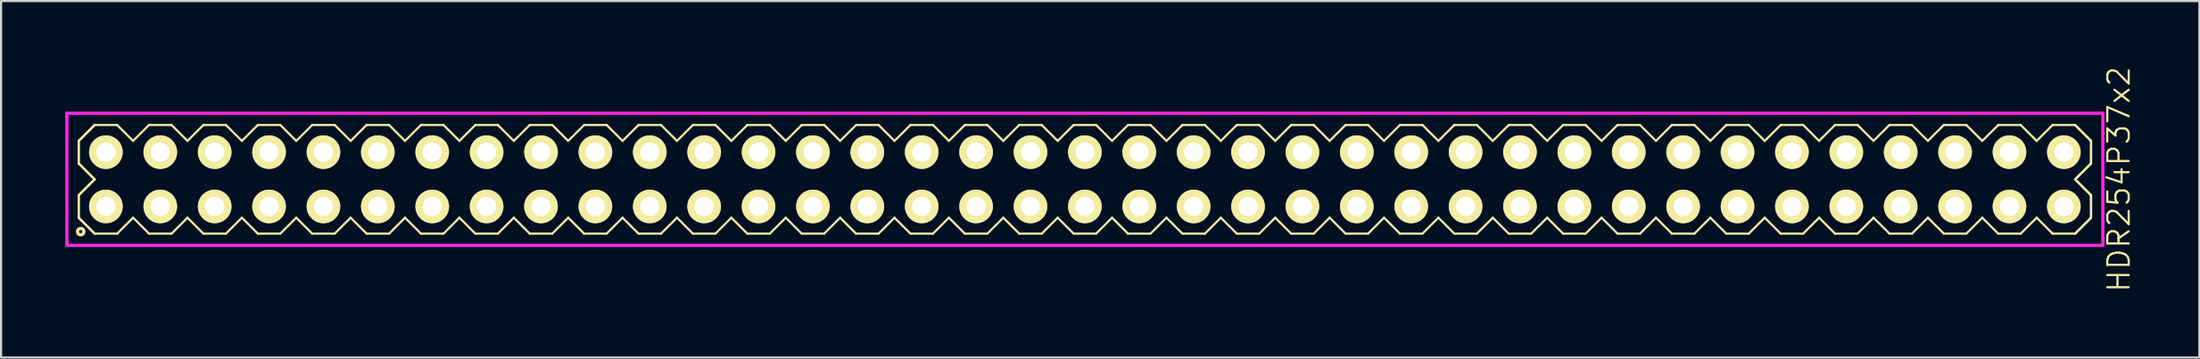
<source format=kicad_pcb>
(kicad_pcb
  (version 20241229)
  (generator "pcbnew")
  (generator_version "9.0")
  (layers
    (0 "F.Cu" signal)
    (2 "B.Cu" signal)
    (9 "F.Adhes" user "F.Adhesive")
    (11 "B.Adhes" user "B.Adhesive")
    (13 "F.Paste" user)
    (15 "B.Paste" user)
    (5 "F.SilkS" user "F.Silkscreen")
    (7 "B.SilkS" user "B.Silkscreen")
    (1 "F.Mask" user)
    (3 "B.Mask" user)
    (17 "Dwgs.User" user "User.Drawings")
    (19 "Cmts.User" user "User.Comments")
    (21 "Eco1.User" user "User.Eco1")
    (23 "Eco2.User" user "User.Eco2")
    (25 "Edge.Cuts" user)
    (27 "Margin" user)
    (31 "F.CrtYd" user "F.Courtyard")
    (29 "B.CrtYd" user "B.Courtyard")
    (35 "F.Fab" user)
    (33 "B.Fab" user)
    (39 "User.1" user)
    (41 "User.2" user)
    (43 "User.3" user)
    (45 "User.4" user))
  (footprint "HDR254P37x2"
    (layer "F.Cu")
    (at 47.615 5.336)
    (property "Reference" "HDR254P37x2" (at 48.29 0 90) (layer "F.SilkS") (effects (font (size 1 1) (thickness 0.1))))
    (attr through_hole)
    (fp_line (start -46.99 -1.796) (end -46.246 -2.54) (stroke (width 0.1) (type solid)) (layer "F.SilkS"))
    (fp_line (start -46.99 -1.796) (end -46.246 -2.54) (stroke (width 0.1) (type solid)) (layer "F.SilkS"))
    (fp_line (start -46.99 -0.744) (end -46.99 -1.796) (stroke (width 0.1) (type solid)) (layer "F.SilkS"))
    (fp_line (start -46.99 -0.744) (end -46.99 -1.796) (stroke (width 0.1) (type solid)) (layer "F.SilkS"))
    (fp_line (start -46.99 0.744) (end -46.246 0) (stroke (width 0.1) (type solid)) (layer "F.SilkS"))
    (fp_line (start -46.99 0.744) (end -46.246 0) (stroke (width 0.1) (type solid)) (layer "F.SilkS"))
    (fp_line (start -46.99 1.796) (end -46.99 0.744) (stroke (width 0.1) (type solid)) (layer "F.SilkS"))
    (fp_line (start -46.99 1.796) (end -46.99 0.744) (stroke (width 0.1) (type solid)) (layer "F.SilkS"))
    (fp_line (start -46.246 -2.54) (end -45.194 -2.54) (stroke (width 0.1) (type solid)) (layer "F.SilkS"))
    (fp_line (start -46.246 0) (end -46.99 -0.744) (stroke (width 0.1) (type solid)) (layer "F.SilkS"))
    (fp_line (start -46.246 0) (end -46.99 -0.744) (stroke (width 0.1) (type solid)) (layer "F.SilkS"))
    (fp_line (start -46.246 2.54) (end -46.99 1.796) (stroke (width 0.1) (type solid)) (layer "F.SilkS"))
    (fp_line (start -46.246 2.54) (end -46.99 1.796) (stroke (width 0.1) (type solid)) (layer "F.SilkS"))
    (fp_line (start -45.194 -2.54) (end -44.45 -1.796) (stroke (width 0.1) (type solid)) (layer "F.SilkS"))
    (fp_line (start -45.194 2.54) (end -46.246 2.54) (stroke (width 0.1) (type solid)) (layer "F.SilkS"))
    (fp_line (start -44.45 -1.796) (end -43.706 -2.54) (stroke (width 0.1) (type solid)) (layer "F.SilkS"))
    (fp_line (start -44.45 1.796) (end -45.194 2.54) (stroke (width 0.1) (type solid)) (layer "F.SilkS"))
    (fp_line (start -43.706 -2.54) (end -42.654 -2.54) (stroke (width 0.1) (type solid)) (layer "F.SilkS"))
    (fp_line (start -43.706 2.54) (end -44.45 1.796) (stroke (width 0.1) (type solid)) (layer "F.SilkS"))
    (fp_line (start -42.654 -2.54) (end -41.91 -1.796) (stroke (width 0.1) (type solid)) (layer "F.SilkS"))
    (fp_line (start -42.654 2.54) (end -43.706 2.54) (stroke (width 0.1) (type solid)) (layer "F.SilkS"))
    (fp_line (start -41.91 -1.796) (end -41.166 -2.54) (stroke (width 0.1) (type solid)) (layer "F.SilkS"))
    (fp_line (start -41.91 1.796) (end -42.654 2.54) (stroke (width 0.1) (type solid)) (layer "F.SilkS"))
    (fp_line (start -41.166 -2.54) (end -40.114 -2.54) (stroke (width 0.1) (type solid)) (layer "F.SilkS"))
    (fp_line (start -41.166 2.54) (end -41.91 1.796) (stroke (width 0.1) (type solid)) (layer "F.SilkS"))
    (fp_line (start -40.114 -2.54) (end -39.37 -1.796) (stroke (width 0.1) (type solid)) (layer "F.SilkS"))
    (fp_line (start -40.114 2.54) (end -41.166 2.54) (stroke (width 0.1) (type solid)) (layer "F.SilkS"))
    (fp_line (start -39.37 -1.796) (end -38.626 -2.54) (stroke (width 0.1) (type solid)) (layer "F.SilkS"))
    (fp_line (start -39.37 1.796) (end -40.114 2.54) (stroke (width 0.1) (type solid)) (layer "F.SilkS"))
    (fp_line (start -38.626 -2.54) (end -37.574 -2.54) (stroke (width 0.1) (type solid)) (layer "F.SilkS"))
    (fp_line (start -38.626 2.54) (end -39.37 1.796) (stroke (width 0.1) (type solid)) (layer "F.SilkS"))
    (fp_line (start -37.574 -2.54) (end -36.83 -1.796) (stroke (width 0.1) (type solid)) (layer "F.SilkS"))
    (fp_line (start -37.574 2.54) (end -38.626 2.54) (stroke (width 0.1) (type solid)) (layer "F.SilkS"))
    (fp_line (start -36.83 -1.796) (end -36.086 -2.54) (stroke (width 0.1) (type solid)) (layer "F.SilkS"))
    (fp_line (start -36.83 1.796) (end -37.574 2.54) (stroke (width 0.1) (type solid)) (layer "F.SilkS"))
    (fp_line (start -36.086 -2.54) (end -35.034 -2.54) (stroke (width 0.1) (type solid)) (layer "F.SilkS"))
    (fp_line (start -36.086 2.54) (end -36.83 1.796) (stroke (width 0.1) (type solid)) (layer "F.SilkS"))
    (fp_line (start -35.034 -2.54) (end -34.29 -1.796) (stroke (width 0.1) (type solid)) (layer "F.SilkS"))
    (fp_line (start -35.034 2.54) (end -36.086 2.54) (stroke (width 0.1) (type solid)) (layer "F.SilkS"))
    (fp_line (start -34.29 -1.796) (end -33.546 -2.54) (stroke (width 0.1) (type solid)) (layer "F.SilkS"))
    (fp_line (start -34.29 1.796) (end -35.034 2.54) (stroke (width 0.1) (type solid)) (layer "F.SilkS"))
    (fp_line (start -33.546 -2.54) (end -32.494 -2.54) (stroke (width 0.1) (type solid)) (layer "F.SilkS"))
    (fp_line (start -33.546 2.54) (end -34.29 1.796) (stroke (width 0.1) (type solid)) (layer "F.SilkS"))
    (fp_line (start -32.494 -2.54) (end -31.75 -1.796) (stroke (width 0.1) (type solid)) (layer "F.SilkS"))
    (fp_line (start -32.494 2.54) (end -33.546 2.54) (stroke (width 0.1) (type solid)) (layer "F.SilkS"))
    (fp_line (start -31.75 -1.796) (end -31.006 -2.54) (stroke (width 0.1) (type solid)) (layer "F.SilkS"))
    (fp_line (start -31.75 1.796) (end -32.494 2.54) (stroke (width 0.1) (type solid)) (layer "F.SilkS"))
    (fp_line (start -31.006 -2.54) (end -29.954 -2.54) (stroke (width 0.1) (type solid)) (layer "F.SilkS"))
    (fp_line (start -31.006 2.54) (end -31.75 1.796) (stroke (width 0.1) (type solid)) (layer "F.SilkS"))
    (fp_line (start -29.954 -2.54) (end -29.21 -1.796) (stroke (width 0.1) (type solid)) (layer "F.SilkS"))
    (fp_line (start -29.954 2.54) (end -31.006 2.54) (stroke (width 0.1) (type solid)) (layer "F.SilkS"))
    (fp_line (start -29.21 -1.796) (end -28.466 -2.54) (stroke (width 0.1) (type solid)) (layer "F.SilkS"))
    (fp_line (start -29.21 1.796) (end -29.954 2.54) (stroke (width 0.1) (type solid)) (layer "F.SilkS"))
    (fp_line (start -28.466 -2.54) (end -27.414 -2.54) (stroke (width 0.1) (type solid)) (layer "F.SilkS"))
    (fp_line (start -28.466 2.54) (end -29.21 1.796) (stroke (width 0.1) (type solid)) (layer "F.SilkS"))
    (fp_line (start -27.414 -2.54) (end -26.67 -1.796) (stroke (width 0.1) (type solid)) (layer "F.SilkS"))
    (fp_line (start -27.414 2.54) (end -28.466 2.54) (stroke (width 0.1) (type solid)) (layer "F.SilkS"))
    (fp_line (start -26.67 -1.796) (end -25.926 -2.54) (stroke (width 0.1) (type solid)) (layer "F.SilkS"))
    (fp_line (start -26.67 1.796) (end -27.414 2.54) (stroke (width 0.1) (type solid)) (layer "F.SilkS"))
    (fp_line (start -25.926 -2.54) (end -24.874 -2.54) (stroke (width 0.1) (type solid)) (layer "F.SilkS"))
    (fp_line (start -25.926 2.54) (end -26.67 1.796) (stroke (width 0.1) (type solid)) (layer "F.SilkS"))
    (fp_line (start -24.874 -2.54) (end -24.13 -1.796) (stroke (width 0.1) (type solid)) (layer "F.SilkS"))
    (fp_line (start -24.874 2.54) (end -25.926 2.54) (stroke (width 0.1) (type solid)) (layer "F.SilkS"))
    (fp_line (start -24.13 -1.796) (end -23.386 -2.54) (stroke (width 0.1) (type solid)) (layer "F.SilkS"))
    (fp_line (start -24.13 1.796) (end -24.874 2.54) (stroke (width 0.1) (type solid)) (layer "F.SilkS"))
    (fp_line (start -23.386 -2.54) (end -22.334 -2.54) (stroke (width 0.1) (type solid)) (layer "F.SilkS"))
    (fp_line (start -23.386 2.54) (end -24.13 1.796) (stroke (width 0.1) (type solid)) (layer "F.SilkS"))
    (fp_line (start -22.334 -2.54) (end -21.59 -1.796) (stroke (width 0.1) (type solid)) (layer "F.SilkS"))
    (fp_line (start -22.334 2.54) (end -23.386 2.54) (stroke (width 0.1) (type solid)) (layer "F.SilkS"))
    (fp_line (start -21.59 -1.796) (end -20.846 -2.54) (stroke (width 0.1) (type solid)) (layer "F.SilkS"))
    (fp_line (start -21.59 1.796) (end -22.334 2.54) (stroke (width 0.1) (type solid)) (layer "F.SilkS"))
    (fp_line (start -20.846 -2.54) (end -19.794 -2.54) (stroke (width 0.1) (type solid)) (layer "F.SilkS"))
    (fp_line (start -20.846 2.54) (end -21.59 1.796) (stroke (width 0.1) (type solid)) (layer "F.SilkS"))
    (fp_line (start -19.794 -2.54) (end -19.05 -1.796) (stroke (width 0.1) (type solid)) (layer "F.SilkS"))
    (fp_line (start -19.794 2.54) (end -20.846 2.54) (stroke (width 0.1) (type solid)) (layer "F.SilkS"))
    (fp_line (start -19.05 -1.796) (end -18.306 -2.54) (stroke (width 0.1) (type solid)) (layer "F.SilkS"))
    (fp_line (start -19.05 1.796) (end -19.794 2.54) (stroke (width 0.1) (type solid)) (layer "F.SilkS"))
    (fp_line (start -18.306 -2.54) (end -17.254 -2.54) (stroke (width 0.1) (type solid)) (layer "F.SilkS"))
    (fp_line (start -18.306 2.54) (end -19.05 1.796) (stroke (width 0.1) (type solid)) (layer "F.SilkS"))
    (fp_line (start -17.254 -2.54) (end -16.51 -1.796) (stroke (width 0.1) (type solid)) (layer "F.SilkS"))
    (fp_line (start -17.254 2.54) (end -18.306 2.54) (stroke (width 0.1) (type solid)) (layer "F.SilkS"))
    (fp_line (start -16.51 -1.796) (end -15.766 -2.54) (stroke (width 0.1) (type solid)) (layer "F.SilkS"))
    (fp_line (start -16.51 1.796) (end -17.254 2.54) (stroke (width 0.1) (type solid)) (layer "F.SilkS"))
    (fp_line (start -15.766 -2.54) (end -14.714 -2.54) (stroke (width 0.1) (type solid)) (layer "F.SilkS"))
    (fp_line (start -15.766 2.54) (end -16.51 1.796) (stroke (width 0.1) (type solid)) (layer "F.SilkS"))
    (fp_line (start -14.714 -2.54) (end -13.97 -1.796) (stroke (width 0.1) (type solid)) (layer "F.SilkS"))
    (fp_line (start -14.714 2.54) (end -15.766 2.54) (stroke (width 0.1) (type solid)) (layer "F.SilkS"))
    (fp_line (start -13.97 -1.796) (end -13.226 -2.54) (stroke (width 0.1) (type solid)) (layer "F.SilkS"))
    (fp_line (start -13.97 1.796) (end -14.714 2.54) (stroke (width 0.1) (type solid)) (layer "F.SilkS"))
    (fp_line (start -13.226 -2.54) (end -12.174 -2.54) (stroke (width 0.1) (type solid)) (layer "F.SilkS"))
    (fp_line (start -13.226 2.54) (end -13.97 1.796) (stroke (width 0.1) (type solid)) (layer "F.SilkS"))
    (fp_line (start -12.174 -2.54) (end -11.43 -1.796) (stroke (width 0.1) (type solid)) (layer "F.SilkS"))
    (fp_line (start -12.174 2.54) (end -13.226 2.54) (stroke (width 0.1) (type solid)) (layer "F.SilkS"))
    (fp_line (start -11.43 -1.796) (end -10.686 -2.54) (stroke (width 0.1) (type solid)) (layer "F.SilkS"))
    (fp_line (start -11.43 1.796) (end -12.174 2.54) (stroke (width 0.1) (type solid)) (layer "F.SilkS"))
    (fp_line (start -10.686 -2.54) (end -9.634 -2.54) (stroke (width 0.1) (type solid)) (layer "F.SilkS"))
    (fp_line (start -10.686 2.54) (end -11.43 1.796) (stroke (width 0.1) (type solid)) (layer "F.SilkS"))
    (fp_line (start -9.634 -2.54) (end -8.89 -1.796) (stroke (width 0.1) (type solid)) (layer "F.SilkS"))
    (fp_line (start -9.634 2.54) (end -10.686 2.54) (stroke (width 0.1) (type solid)) (layer "F.SilkS"))
    (fp_line (start -8.89 -1.796) (end -8.146 -2.54) (stroke (width 0.1) (type solid)) (layer "F.SilkS"))
    (fp_line (start -8.89 1.796) (end -9.634 2.54) (stroke (width 0.1) (type solid)) (layer "F.SilkS"))
    (fp_line (start -8.146 -2.54) (end -7.094 -2.54) (stroke (width 0.1) (type solid)) (layer "F.SilkS"))
    (fp_line (start -8.146 2.54) (end -8.89 1.796) (stroke (width 0.1) (type solid)) (layer "F.SilkS"))
    (fp_line (start -7.094 -2.54) (end -6.35 -1.796) (stroke (width 0.1) (type solid)) (layer "F.SilkS"))
    (fp_line (start -7.094 2.54) (end -8.146 2.54) (stroke (width 0.1) (type solid)) (layer "F.SilkS"))
    (fp_line (start -6.35 -1.796) (end -5.606 -2.54) (stroke (width 0.1) (type solid)) (layer "F.SilkS"))
    (fp_line (start -6.35 1.796) (end -7.094 2.54) (stroke (width 0.1) (type solid)) (layer "F.SilkS"))
    (fp_line (start -5.606 -2.54) (end -4.554 -2.54) (stroke (width 0.1) (type solid)) (layer "F.SilkS"))
    (fp_line (start -5.606 2.54) (end -6.35 1.796) (stroke (width 0.1) (type solid)) (layer "F.SilkS"))
    (fp_line (start -4.554 -2.54) (end -3.81 -1.796) (stroke (width 0.1) (type solid)) (layer "F.SilkS"))
    (fp_line (start -4.554 2.54) (end -5.606 2.54) (stroke (width 0.1) (type solid)) (layer "F.SilkS"))
    (fp_line (start -3.81 -1.796) (end -3.066 -2.54) (stroke (width 0.1) (type solid)) (layer "F.SilkS"))
    (fp_line (start -3.81 1.796) (end -4.554 2.54) (stroke (width 0.1) (type solid)) (layer "F.SilkS"))
    (fp_line (start -3.066 -2.54) (end -2.014 -2.54) (stroke (width 0.1) (type solid)) (layer "F.SilkS"))
    (fp_line (start -3.066 2.54) (end -3.81 1.796) (stroke (width 0.1) (type solid)) (layer "F.SilkS"))
    (fp_line (start -2.014 -2.54) (end -1.27 -1.796) (stroke (width 0.1) (type solid)) (layer "F.SilkS"))
    (fp_line (start -2.014 2.54) (end -3.066 2.54) (stroke (width 0.1) (type solid)) (layer "F.SilkS"))
    (fp_line (start -1.27 -1.796) (end -0.526 -2.54) (stroke (width 0.1) (type solid)) (layer "F.SilkS"))
    (fp_line (start -1.27 1.796) (end -2.014 2.54) (stroke (width 0.1) (type solid)) (layer "F.SilkS"))
    (fp_line (start -0.526 -2.54) (end 0.526 -2.54) (stroke (width 0.1) (type solid)) (layer "F.SilkS"))
    (fp_line (start -0.526 2.54) (end -1.27 1.796) (stroke (width 0.1) (type solid)) (layer "F.SilkS"))
    (fp_line (start 0.526 -2.54) (end 1.27 -1.796) (stroke (width 0.1) (type solid)) (layer "F.SilkS"))
    (fp_line (start 0.526 2.54) (end -0.526 2.54) (stroke (width 0.1) (type solid)) (layer "F.SilkS"))
    (fp_line (start 1.27 -1.796) (end 2.014 -2.54) (stroke (width 0.1) (type solid)) (layer "F.SilkS"))
    (fp_line (start 1.27 1.796) (end 0.526 2.54) (stroke (width 0.1) (type solid)) (layer "F.SilkS"))
    (fp_line (start 2.014 -2.54) (end 3.066 -2.54) (stroke (width 0.1) (type solid)) (layer "F.SilkS"))
    (fp_line (start 2.014 2.54) (end 1.27 1.796) (stroke (width 0.1) (type solid)) (layer "F.SilkS"))
    (fp_line (start 3.066 -2.54) (end 3.81 -1.796) (stroke (width 0.1) (type solid)) (layer "F.SilkS"))
    (fp_line (start 3.066 2.54) (end 2.014 2.54) (stroke (width 0.1) (type solid)) (layer "F.SilkS"))
    (fp_line (start 3.81 -1.796) (end 4.554 -2.54) (stroke (width 0.1) (type solid)) (layer "F.SilkS"))
    (fp_line (start 3.81 1.796) (end 3.066 2.54) (stroke (width 0.1) (type solid)) (layer "F.SilkS"))
    (fp_line (start 4.554 -2.54) (end 5.606 -2.54) (stroke (width 0.1) (type solid)) (layer "F.SilkS"))
    (fp_line (start 4.554 2.54) (end 3.81 1.796) (stroke (width 0.1) (type solid)) (layer "F.SilkS"))
    (fp_line (start 5.606 -2.54) (end 6.35 -1.796) (stroke (width 0.1) (type solid)) (layer "F.SilkS"))
    (fp_line (start 5.606 2.54) (end 4.554 2.54) (stroke (width 0.1) (type solid)) (layer "F.SilkS"))
    (fp_line (start 6.35 -1.796) (end 7.094 -2.54) (stroke (width 0.1) (type solid)) (layer "F.SilkS"))
    (fp_line (start 6.35 1.796) (end 5.606 2.54) (stroke (width 0.1) (type solid)) (layer "F.SilkS"))
    (fp_line (start 7.094 -2.54) (end 8.146 -2.54) (stroke (width 0.1) (type solid)) (layer "F.SilkS"))
    (fp_line (start 7.094 2.54) (end 6.35 1.796) (stroke (width 0.1) (type solid)) (layer "F.SilkS"))
    (fp_line (start 8.146 -2.54) (end 8.89 -1.796) (stroke (width 0.1) (type solid)) (layer "F.SilkS"))
    (fp_line (start 8.146 2.54) (end 7.094 2.54) (stroke (width 0.1) (type solid)) (layer "F.SilkS"))
    (fp_line (start 8.89 -1.796) (end 9.634 -2.54) (stroke (width 0.1) (type solid)) (layer "F.SilkS"))
    (fp_line (start 8.89 1.796) (end 8.146 2.54) (stroke (width 0.1) (type solid)) (layer "F.SilkS"))
    (fp_line (start 9.634 -2.54) (end 10.686 -2.54) (stroke (width 0.1) (type solid)) (layer "F.SilkS"))
    (fp_line (start 9.634 2.54) (end 8.89 1.796) (stroke (width 0.1) (type solid)) (layer "F.SilkS"))
    (fp_line (start 10.686 -2.54) (end 11.43 -1.796) (stroke (width 0.1) (type solid)) (layer "F.SilkS"))
    (fp_line (start 10.686 2.54) (end 9.634 2.54) (stroke (width 0.1) (type solid)) (layer "F.SilkS"))
    (fp_line (start 11.43 -1.796) (end 12.174 -2.54) (stroke (width 0.1) (type solid)) (layer "F.SilkS"))
    (fp_line (start 11.43 1.796) (end 10.686 2.54) (stroke (width 0.1) (type solid)) (layer "F.SilkS"))
    (fp_line (start 12.174 -2.54) (end 13.226 -2.54) (stroke (width 0.1) (type solid)) (layer "F.SilkS"))
    (fp_line (start 12.174 2.54) (end 11.43 1.796) (stroke (width 0.1) (type solid)) (layer "F.SilkS"))
    (fp_line (start 13.226 -2.54) (end 13.97 -1.796) (stroke (width 0.1) (type solid)) (layer "F.SilkS"))
    (fp_line (start 13.226 2.54) (end 12.174 2.54) (stroke (width 0.1) (type solid)) (layer "F.SilkS"))
    (fp_line (start 13.97 -1.796) (end 14.714 -2.54) (stroke (width 0.1) (type solid)) (layer "F.SilkS"))
    (fp_line (start 13.97 1.796) (end 13.226 2.54) (stroke (width 0.1) (type solid)) (layer "F.SilkS"))
    (fp_line (start 14.714 -2.54) (end 15.766 -2.54) (stroke (width 0.1) (type solid)) (layer "F.SilkS"))
    (fp_line (start 14.714 2.54) (end 13.97 1.796) (stroke (width 0.1) (type solid)) (layer "F.SilkS"))
    (fp_line (start 15.766 -2.54) (end 16.51 -1.796) (stroke (width 0.1) (type solid)) (layer "F.SilkS"))
    (fp_line (start 15.766 2.54) (end 14.714 2.54) (stroke (width 0.1) (type solid)) (layer "F.SilkS"))
    (fp_line (start 16.51 -1.796) (end 17.254 -2.54) (stroke (width 0.1) (type solid)) (layer "F.SilkS"))
    (fp_line (start 16.51 1.796) (end 15.766 2.54) (stroke (width 0.1) (type solid)) (layer "F.SilkS"))
    (fp_line (start 17.254 -2.54) (end 18.306 -2.54) (stroke (width 0.1) (type solid)) (layer "F.SilkS"))
    (fp_line (start 17.254 2.54) (end 16.51 1.796) (stroke (width 0.1) (type solid)) (layer "F.SilkS"))
    (fp_line (start 18.306 -2.54) (end 19.05 -1.796) (stroke (width 0.1) (type solid)) (layer "F.SilkS"))
    (fp_line (start 18.306 2.54) (end 17.254 2.54) (stroke (width 0.1) (type solid)) (layer "F.SilkS"))
    (fp_line (start 19.05 -1.796) (end 19.794 -2.54) (stroke (width 0.1) (type solid)) (layer "F.SilkS"))
    (fp_line (start 19.05 1.796) (end 18.306 2.54) (stroke (width 0.1) (type solid)) (layer "F.SilkS"))
    (fp_line (start 19.794 -2.54) (end 20.846 -2.54) (stroke (width 0.1) (type solid)) (layer "F.SilkS"))
    (fp_line (start 19.794 2.54) (end 19.05 1.796) (stroke (width 0.1) (type solid)) (layer "F.SilkS"))
    (fp_line (start 20.846 -2.54) (end 21.59 -1.796) (stroke (width 0.1) (type solid)) (layer "F.SilkS"))
    (fp_line (start 20.846 2.54) (end 19.794 2.54) (stroke (width 0.1) (type solid)) (layer "F.SilkS"))
    (fp_line (start 21.59 -1.796) (end 22.334 -2.54) (stroke (width 0.1) (type solid)) (layer "F.SilkS"))
    (fp_line (start 21.59 1.796) (end 20.846 2.54) (stroke (width 0.1) (type solid)) (layer "F.SilkS"))
    (fp_line (start 22.334 -2.54) (end 23.386 -2.54) (stroke (width 0.1) (type solid)) (layer "F.SilkS"))
    (fp_line (start 22.334 2.54) (end 21.59 1.796) (stroke (width 0.1) (type solid)) (layer "F.SilkS"))
    (fp_line (start 23.386 -2.54) (end 24.13 -1.796) (stroke (width 0.1) (type solid)) (layer "F.SilkS"))
    (fp_line (start 23.386 2.54) (end 22.334 2.54) (stroke (width 0.1) (type solid)) (layer "F.SilkS"))
    (fp_line (start 24.13 -1.796) (end 24.874 -2.54) (stroke (width 0.1) (type solid)) (layer "F.SilkS"))
    (fp_line (start 24.13 1.796) (end 23.386 2.54) (stroke (width 0.1) (type solid)) (layer "F.SilkS"))
    (fp_line (start 24.874 -2.54) (end 25.926 -2.54) (stroke (width 0.1) (type solid)) (layer "F.SilkS"))
    (fp_line (start 24.874 2.54) (end 24.13 1.796) (stroke (width 0.1) (type solid)) (layer "F.SilkS"))
    (fp_line (start 25.926 -2.54) (end 26.67 -1.796) (stroke (width 0.1) (type solid)) (layer "F.SilkS"))
    (fp_line (start 25.926 2.54) (end 24.874 2.54) (stroke (width 0.1) (type solid)) (layer "F.SilkS"))
    (fp_line (start 26.67 -1.796) (end 27.414 -2.54) (stroke (width 0.1) (type solid)) (layer "F.SilkS"))
    (fp_line (start 26.67 1.796) (end 25.926 2.54) (stroke (width 0.1) (type solid)) (layer "F.SilkS"))
    (fp_line (start 27.414 -2.54) (end 28.466 -2.54) (stroke (width 0.1) (type solid)) (layer "F.SilkS"))
    (fp_line (start 27.414 2.54) (end 26.67 1.796) (stroke (width 0.1) (type solid)) (layer "F.SilkS"))
    (fp_line (start 28.466 -2.54) (end 29.21 -1.796) (stroke (width 0.1) (type solid)) (layer "F.SilkS"))
    (fp_line (start 28.466 2.54) (end 27.414 2.54) (stroke (width 0.1) (type solid)) (layer "F.SilkS"))
    (fp_line (start 29.21 -1.796) (end 29.954 -2.54) (stroke (width 0.1) (type solid)) (layer "F.SilkS"))
    (fp_line (start 29.21 1.796) (end 28.466 2.54) (stroke (width 0.1) (type solid)) (layer "F.SilkS"))
    (fp_line (start 29.954 -2.54) (end 31.006 -2.54) (stroke (width 0.1) (type solid)) (layer "F.SilkS"))
    (fp_line (start 29.954 2.54) (end 29.21 1.796) (stroke (width 0.1) (type solid)) (layer "F.SilkS"))
    (fp_line (start 31.006 -2.54) (end 31.75 -1.796) (stroke (width 0.1) (type solid)) (layer "F.SilkS"))
    (fp_line (start 31.006 2.54) (end 29.954 2.54) (stroke (width 0.1) (type solid)) (layer "F.SilkS"))
    (fp_line (start 31.75 -1.796) (end 32.494 -2.54) (stroke (width 0.1) (type solid)) (layer "F.SilkS"))
    (fp_line (start 31.75 1.796) (end 31.006 2.54) (stroke (width 0.1) (type solid)) (layer "F.SilkS"))
    (fp_line (start 32.494 -2.54) (end 33.546 -2.54) (stroke (width 0.1) (type solid)) (layer "F.SilkS"))
    (fp_line (start 32.494 2.54) (end 31.75 1.796) (stroke (width 0.1) (type solid)) (layer "F.SilkS"))
    (fp_line (start 33.546 -2.54) (end 34.29 -1.796) (stroke (width 0.1) (type solid)) (layer "F.SilkS"))
    (fp_line (start 33.546 2.54) (end 32.494 2.54) (stroke (width 0.1) (type solid)) (layer "F.SilkS"))
    (fp_line (start 34.29 -1.796) (end 35.034 -2.54) (stroke (width 0.1) (type solid)) (layer "F.SilkS"))
    (fp_line (start 34.29 1.796) (end 33.546 2.54) (stroke (width 0.1) (type solid)) (layer "F.SilkS"))
    (fp_line (start 35.034 -2.54) (end 36.086 -2.54) (stroke (width 0.1) (type solid)) (layer "F.SilkS"))
    (fp_line (start 35.034 2.54) (end 34.29 1.796) (stroke (width 0.1) (type solid)) (layer "F.SilkS"))
    (fp_line (start 36.086 -2.54) (end 36.83 -1.796) (stroke (width 0.1) (type solid)) (layer "F.SilkS"))
    (fp_line (start 36.086 2.54) (end 35.034 2.54) (stroke (width 0.1) (type solid)) (layer "F.SilkS"))
    (fp_line (start 36.83 -1.796) (end 37.574 -2.54) (stroke (width 0.1) (type solid)) (layer "F.SilkS"))
    (fp_line (start 36.83 1.796) (end 36.086 2.54) (stroke (width 0.1) (type solid)) (layer "F.SilkS"))
    (fp_line (start 37.574 -2.54) (end 38.626 -2.54) (stroke (width 0.1) (type solid)) (layer "F.SilkS"))
    (fp_line (start 37.574 2.54) (end 36.83 1.796) (stroke (width 0.1) (type solid)) (layer "F.SilkS"))
    (fp_line (start 38.626 -2.54) (end 39.37 -1.796) (stroke (width 0.1) (type solid)) (layer "F.SilkS"))
    (fp_line (start 38.626 2.54) (end 37.574 2.54) (stroke (width 0.1) (type solid)) (layer "F.SilkS"))
    (fp_line (start 39.37 -1.796) (end 40.114 -2.54) (stroke (width 0.1) (type solid)) (layer "F.SilkS"))
    (fp_line (start 39.37 1.796) (end 38.626 2.54) (stroke (width 0.1) (type solid)) (layer "F.SilkS"))
    (fp_line (start 40.114 -2.54) (end 41.166 -2.54) (stroke (width 0.1) (type solid)) (layer "F.SilkS"))
    (fp_line (start 40.114 2.54) (end 39.37 1.796) (stroke (width 0.1) (type solid)) (layer "F.SilkS"))
    (fp_line (start 41.166 -2.54) (end 41.91 -1.796) (stroke (width 0.1) (type solid)) (layer "F.SilkS"))
    (fp_line (start 41.166 2.54) (end 40.114 2.54) (stroke (width 0.1) (type solid)) (layer "F.SilkS"))
    (fp_line (start 41.91 -1.796) (end 42.654 -2.54) (stroke (width 0.1) (type solid)) (layer "F.SilkS"))
    (fp_line (start 41.91 1.796) (end 41.166 2.54) (stroke (width 0.1) (type solid)) (layer "F.SilkS"))
    (fp_line (start 42.654 -2.54) (end 43.706 -2.54) (stroke (width 0.1) (type solid)) (layer "F.SilkS"))
    (fp_line (start 42.654 2.54) (end 41.91 1.796) (stroke (width 0.1) (type solid)) (layer "F.SilkS"))
    (fp_line (start 43.706 -2.54) (end 44.45 -1.796) (stroke (width 0.1) (type solid)) (layer "F.SilkS"))
    (fp_line (start 43.706 2.54) (end 42.654 2.54) (stroke (width 0.1) (type solid)) (layer "F.SilkS"))
    (fp_line (start 44.45 -1.796) (end 45.194 -2.54) (stroke (width 0.1) (type solid)) (layer "F.SilkS"))
    (fp_line (start 44.45 1.796) (end 43.706 2.54) (stroke (width 0.1) (type solid)) (layer "F.SilkS"))
    (fp_line (start 45.194 -2.54) (end 46.246 -2.54) (stroke (width 0.1) (type solid)) (layer "F.SilkS"))
    (fp_line (start 45.194 2.54) (end 44.45 1.796) (stroke (width 0.1) (type solid)) (layer "F.SilkS"))
    (fp_line (start 46.246 -2.54) (end 46.99 -1.796) (stroke (width 0.1) (type solid)) (layer "F.SilkS"))
    (fp_line (start 46.246 -2.54) (end 46.99 -1.796) (stroke (width 0.1) (type solid)) (layer "F.SilkS"))
    (fp_line (start 46.246 0) (end 46.99 0.744) (stroke (width 0.1) (type solid)) (layer "F.SilkS"))
    (fp_line (start 46.246 0) (end 46.99 0.744) (stroke (width 0.1) (type solid)) (layer "F.SilkS"))
    (fp_line (start 46.246 2.54) (end 45.194 2.54) (stroke (width 0.1) (type solid)) (layer "F.SilkS"))
    (fp_line (start 46.99 -1.796) (end 46.99 -0.744) (stroke (width 0.1) (type solid)) (layer "F.SilkS"))
    (fp_line (start 46.99 -1.796) (end 46.99 -0.744) (stroke (width 0.1) (type solid)) (layer "F.SilkS"))
    (fp_line (start 46.99 -0.744) (end 46.246 0) (stroke (width 0.1) (type solid)) (layer "F.SilkS"))
    (fp_line (start 46.99 -0.744) (end 46.246 0) (stroke (width 0.1) (type solid)) (layer "F.SilkS"))
    (fp_line (start 46.99 0.744) (end 46.99 1.796) (stroke (width 0.1) (type solid)) (layer "F.SilkS"))
    (fp_line (start 46.99 0.744) (end 46.99 1.796) (stroke (width 0.1) (type solid)) (layer "F.SilkS"))
    (fp_line (start 46.99 1.796) (end 46.246 2.54) (stroke (width 0.1) (type solid)) (layer "F.SilkS"))
    (fp_line (start 46.99 1.796) (end 46.246 2.54) (stroke (width 0.1) (type solid)) (layer "F.SilkS"))
    (fp_circle (center -46.897 2.448) (end -46.747 2.448) (stroke (width 0.15) (type solid)) (fill no) (layer "F.SilkS"))
    (fp_line (start -47.54 -3.09) (end -47.54 3.09) (stroke (width 0.15) (type solid)) (layer "F.CrtYd"))
    (fp_line (start -47.54 3.09) (end 47.54 3.09) (stroke (width 0.15) (type solid)) (layer "F.CrtYd"))
    (fp_line (start 47.54 -3.09) (end -47.54 -3.09) (stroke (width 0.15) (type solid)) (layer "F.CrtYd"))
    (fp_line (start 47.54 3.09) (end 47.54 -3.09) (stroke (width 0.15) (type solid)) (layer "F.CrtYd"))
    (pad "1" thru_hole oval (at -45.72 1.27) (size 1.57 1.57) (drill 0.9) (layers "*.Cu" "*.Mask" "F.SilkS"))
    (pad "2" thru_hole oval (at -45.72 -1.27) (size 1.57 1.57) (drill 0.9) (layers "*.Cu" "*.Mask" "F.SilkS"))
    (pad "3" thru_hole oval (at -43.18 1.27) (size 1.57 1.57) (drill 0.9) (layers "*.Cu" "*.Mask" "F.SilkS"))
    (pad "4" thru_hole oval (at -43.18 -1.27) (size 1.57 1.57) (drill 0.9) (layers "*.Cu" "*.Mask" "F.SilkS"))
    (pad "5" thru_hole oval (at -40.64 1.27) (size 1.57 1.57) (drill 0.9) (layers "*.Cu" "*.Mask" "F.SilkS"))
    (pad "6" thru_hole oval (at -40.64 -1.27) (size 1.57 1.57) (drill 0.9) (layers "*.Cu" "*.Mask" "F.SilkS"))
    (pad "7" thru_hole oval (at -38.1 1.27) (size 1.57 1.57) (drill 0.9) (layers "*.Cu" "*.Mask" "F.SilkS"))
    (pad "8" thru_hole oval (at -38.1 -1.27) (size 1.57 1.57) (drill 0.9) (layers "*.Cu" "*.Mask" "F.SilkS"))
    (pad "9" thru_hole oval (at -35.56 1.27) (size 1.57 1.57) (drill 0.9) (layers "*.Cu" "*.Mask" "F.SilkS"))
    (pad "10" thru_hole oval (at -35.56 -1.27) (size 1.57 1.57) (drill 0.9) (layers "*.Cu" "*.Mask" "F.SilkS"))
    (pad "11" thru_hole oval (at -33.02 1.27) (size 1.57 1.57) (drill 0.9) (layers "*.Cu" "*.Mask" "F.SilkS"))
    (pad "12" thru_hole oval (at -33.02 -1.27) (size 1.57 1.57) (drill 0.9) (layers "*.Cu" "*.Mask" "F.SilkS"))
    (pad "13" thru_hole oval (at -30.48 1.27) (size 1.57 1.57) (drill 0.9) (layers "*.Cu" "*.Mask" "F.SilkS"))
    (pad "14" thru_hole oval (at -30.48 -1.27) (size 1.57 1.57) (drill 0.9) (layers "*.Cu" "*.Mask" "F.SilkS"))
    (pad "15" thru_hole oval (at -27.94 1.27) (size 1.57 1.57) (drill 0.9) (layers "*.Cu" "*.Mask" "F.SilkS"))
    (pad "16" thru_hole oval (at -27.94 -1.27) (size 1.57 1.57) (drill 0.9) (layers "*.Cu" "*.Mask" "F.SilkS"))
    (pad "17" thru_hole oval (at -25.4 1.27) (size 1.57 1.57) (drill 0.9) (layers "*.Cu" "*.Mask" "F.SilkS"))
    (pad "18" thru_hole oval (at -25.4 -1.27) (size 1.57 1.57) (drill 0.9) (layers "*.Cu" "*.Mask" "F.SilkS"))
    (pad "19" thru_hole oval (at -22.86 1.27) (size 1.57 1.57) (drill 0.9) (layers "*.Cu" "*.Mask" "F.SilkS"))
    (pad "20" thru_hole oval (at -22.86 -1.27) (size 1.57 1.57) (drill 0.9) (layers "*.Cu" "*.Mask" "F.SilkS"))
    (pad "21" thru_hole oval (at -20.32 1.27) (size 1.57 1.57) (drill 0.9) (layers "*.Cu" "*.Mask" "F.SilkS"))
    (pad "22" thru_hole oval (at -20.32 -1.27) (size 1.57 1.57) (drill 0.9) (layers "*.Cu" "*.Mask" "F.SilkS"))
    (pad "23" thru_hole oval (at -17.78 1.27) (size 1.57 1.57) (drill 0.9) (layers "*.Cu" "*.Mask" "F.SilkS"))
    (pad "24" thru_hole oval (at -17.78 -1.27) (size 1.57 1.57) (drill 0.9) (layers "*.Cu" "*.Mask" "F.SilkS"))
    (pad "25" thru_hole oval (at -15.24 1.27) (size 1.57 1.57) (drill 0.9) (layers "*.Cu" "*.Mask" "F.SilkS"))
    (pad "26" thru_hole oval (at -15.24 -1.27) (size 1.57 1.57) (drill 0.9) (layers "*.Cu" "*.Mask" "F.SilkS"))
    (pad "27" thru_hole oval (at -12.7 1.27) (size 1.57 1.57) (drill 0.9) (layers "*.Cu" "*.Mask" "F.SilkS"))
    (pad "28" thru_hole oval (at -12.7 -1.27) (size 1.57 1.57) (drill 0.9) (layers "*.Cu" "*.Mask" "F.SilkS"))
    (pad "29" thru_hole oval (at -10.16 1.27) (size 1.57 1.57) (drill 0.9) (layers "*.Cu" "*.Mask" "F.SilkS"))
    (pad "30" thru_hole oval (at -10.16 -1.27) (size 1.57 1.57) (drill 0.9) (layers "*.Cu" "*.Mask" "F.SilkS"))
    (pad "31" thru_hole oval (at -7.62 1.27) (size 1.57 1.57) (drill 0.9) (layers "*.Cu" "*.Mask" "F.SilkS"))
    (pad "32" thru_hole oval (at -7.62 -1.27) (size 1.57 1.57) (drill 0.9) (layers "*.Cu" "*.Mask" "F.SilkS"))
    (pad "33" thru_hole oval (at -5.08 1.27) (size 1.57 1.57) (drill 0.9) (layers "*.Cu" "*.Mask" "F.SilkS"))
    (pad "34" thru_hole oval (at -5.08 -1.27) (size 1.57 1.57) (drill 0.9) (layers "*.Cu" "*.Mask" "F.SilkS"))
    (pad "35" thru_hole oval (at -2.54 1.27) (size 1.57 1.57) (drill 0.9) (layers "*.Cu" "*.Mask" "F.SilkS"))
    (pad "36" thru_hole oval (at -2.54 -1.27) (size 1.57 1.57) (drill 0.9) (layers "*.Cu" "*.Mask" "F.SilkS"))
    (pad "37" thru_hole oval (at 0 1.27) (size 1.57 1.57) (drill 0.9) (layers "*.Cu" "*.Mask" "F.SilkS"))
    (pad "38" thru_hole oval (at 0 -1.27) (size 1.57 1.57) (drill 0.9) (layers "*.Cu" "*.Mask" "F.SilkS"))
    (pad "39" thru_hole oval (at 2.54 1.27) (size 1.57 1.57) (drill 0.9) (layers "*.Cu" "*.Mask" "F.SilkS"))
    (pad "40" thru_hole oval (at 2.54 -1.27) (size 1.57 1.57) (drill 0.9) (layers "*.Cu" "*.Mask" "F.SilkS"))
    (pad "41" thru_hole oval (at 5.08 1.27) (size 1.57 1.57) (drill 0.9) (layers "*.Cu" "*.Mask" "F.SilkS"))
    (pad "42" thru_hole oval (at 5.08 -1.27) (size 1.57 1.57) (drill 0.9) (layers "*.Cu" "*.Mask" "F.SilkS"))
    (pad "43" thru_hole oval (at 7.62 1.27) (size 1.57 1.57) (drill 0.9) (layers "*.Cu" "*.Mask" "F.SilkS"))
    (pad "44" thru_hole oval (at 7.62 -1.27) (size 1.57 1.57) (drill 0.9) (layers "*.Cu" "*.Mask" "F.SilkS"))
    (pad "45" thru_hole oval (at 10.16 1.27) (size 1.57 1.57) (drill 0.9) (layers "*.Cu" "*.Mask" "F.SilkS"))
    (pad "46" thru_hole oval (at 10.16 -1.27) (size 1.57 1.57) (drill 0.9) (layers "*.Cu" "*.Mask" "F.SilkS"))
    (pad "47" thru_hole oval (at 12.7 1.27) (size 1.57 1.57) (drill 0.9) (layers "*.Cu" "*.Mask" "F.SilkS"))
    (pad "48" thru_hole oval (at 12.7 -1.27) (size 1.57 1.57) (drill 0.9) (layers "*.Cu" "*.Mask" "F.SilkS"))
    (pad "49" thru_hole oval (at 15.24 1.27) (size 1.57 1.57) (drill 0.9) (layers "*.Cu" "*.Mask" "F.SilkS"))
    (pad "50" thru_hole oval (at 15.24 -1.27) (size 1.57 1.57) (drill 0.9) (layers "*.Cu" "*.Mask" "F.SilkS"))
    (pad "51" thru_hole oval (at 17.78 1.27) (size 1.57 1.57) (drill 0.9) (layers "*.Cu" "*.Mask" "F.SilkS"))
    (pad "52" thru_hole oval (at 17.78 -1.27) (size 1.57 1.57) (drill 0.9) (layers "*.Cu" "*.Mask" "F.SilkS"))
    (pad "53" thru_hole oval (at 20.32 1.27) (size 1.57 1.57) (drill 0.9) (layers "*.Cu" "*.Mask" "F.SilkS"))
    (pad "54" thru_hole oval (at 20.32 -1.27) (size 1.57 1.57) (drill 0.9) (layers "*.Cu" "*.Mask" "F.SilkS"))
    (pad "55" thru_hole oval (at 22.86 1.27) (size 1.57 1.57) (drill 0.9) (layers "*.Cu" "*.Mask" "F.SilkS"))
    (pad "56" thru_hole oval (at 22.86 -1.27) (size 1.57 1.57) (drill 0.9) (layers "*.Cu" "*.Mask" "F.SilkS"))
    (pad "57" thru_hole oval (at 25.4 1.27) (size 1.57 1.57) (drill 0.9) (layers "*.Cu" "*.Mask" "F.SilkS"))
    (pad "58" thru_hole oval (at 25.4 -1.27) (size 1.57 1.57) (drill 0.9) (layers "*.Cu" "*.Mask" "F.SilkS"))
    (pad "59" thru_hole oval (at 27.94 1.27) (size 1.57 1.57) (drill 0.9) (layers "*.Cu" "*.Mask" "F.SilkS"))
    (pad "60" thru_hole oval (at 27.94 -1.27) (size 1.57 1.57) (drill 0.9) (layers "*.Cu" "*.Mask" "F.SilkS"))
    (pad "61" thru_hole oval (at 30.48 1.27) (size 1.57 1.57) (drill 0.9) (layers "*.Cu" "*.Mask" "F.SilkS"))
    (pad "62" thru_hole oval (at 30.48 -1.27) (size 1.57 1.57) (drill 0.9) (layers "*.Cu" "*.Mask" "F.SilkS"))
    (pad "63" thru_hole oval (at 33.02 1.27) (size 1.57 1.57) (drill 0.9) (layers "*.Cu" "*.Mask" "F.SilkS"))
    (pad "64" thru_hole oval (at 33.02 -1.27) (size 1.57 1.57) (drill 0.9) (layers "*.Cu" "*.Mask" "F.SilkS"))
    (pad "65" thru_hole oval (at 35.56 1.27) (size 1.57 1.57) (drill 0.9) (layers "*.Cu" "*.Mask" "F.SilkS"))
    (pad "66" thru_hole oval (at 35.56 -1.27) (size 1.57 1.57) (drill 0.9) (layers "*.Cu" "*.Mask" "F.SilkS"))
    (pad "67" thru_hole oval (at 38.1 1.27) (size 1.57 1.57) (drill 0.9) (layers "*.Cu" "*.Mask" "F.SilkS"))
    (pad "68" thru_hole oval (at 38.1 -1.27) (size 1.57 1.57) (drill 0.9) (layers "*.Cu" "*.Mask" "F.SilkS"))
    (pad "69" thru_hole oval (at 40.64 1.27) (size 1.57 1.57) (drill 0.9) (layers "*.Cu" "*.Mask" "F.SilkS"))
    (pad "70" thru_hole oval (at 40.64 -1.27) (size 1.57 1.57) (drill 0.9) (layers "*.Cu" "*.Mask" "F.SilkS"))
    (pad "71" thru_hole oval (at 43.18 1.27) (size 1.57 1.57) (drill 0.9) (layers "*.Cu" "*.Mask" "F.SilkS"))
    (pad "72" thru_hole oval (at 43.18 -1.27) (size 1.57 1.57) (drill 0.9) (layers "*.Cu" "*.Mask" "F.SilkS"))
    (pad "73" thru_hole oval (at 45.72 1.27) (size 1.57 1.57) (drill 0.9) (layers "*.Cu" "*.Mask" "F.SilkS"))
    (pad "74" thru_hole oval (at 45.72 -1.27) (size 1.57 1.57) (drill 0.9) (layers "*.Cu" "*.Mask" "F.SilkS")))
  (gr_rect
    (start -3 -3)
    (end 99.665 13.671)
    (stroke (width 0.1) (type default))
    (fill no)
    (layer "Edge.Cuts")))
</source>
